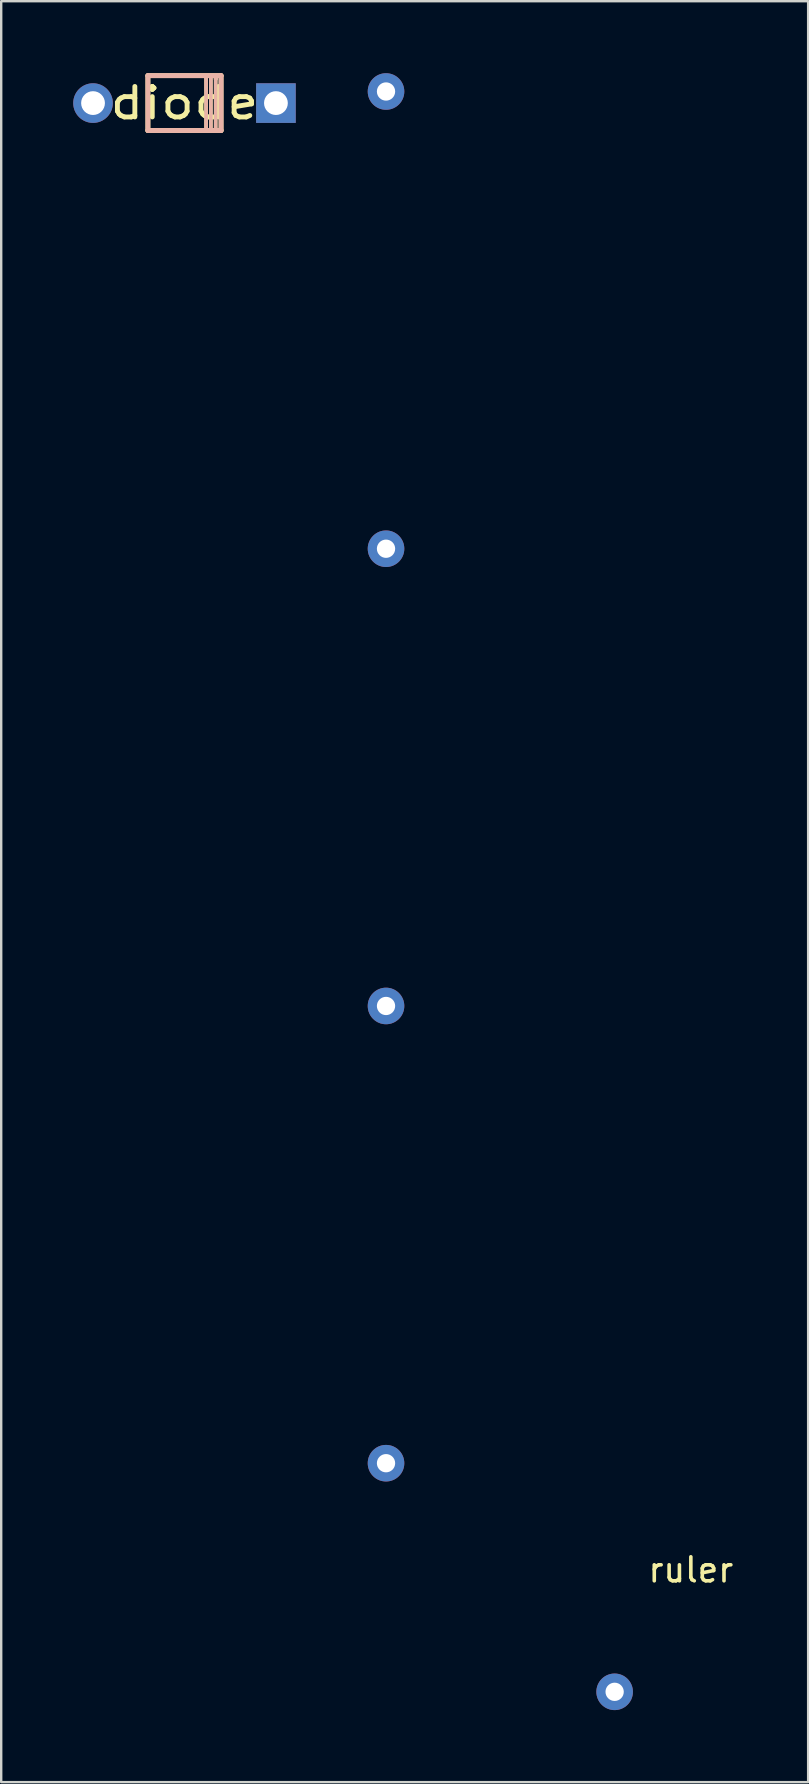
<source format=kicad_pcb>
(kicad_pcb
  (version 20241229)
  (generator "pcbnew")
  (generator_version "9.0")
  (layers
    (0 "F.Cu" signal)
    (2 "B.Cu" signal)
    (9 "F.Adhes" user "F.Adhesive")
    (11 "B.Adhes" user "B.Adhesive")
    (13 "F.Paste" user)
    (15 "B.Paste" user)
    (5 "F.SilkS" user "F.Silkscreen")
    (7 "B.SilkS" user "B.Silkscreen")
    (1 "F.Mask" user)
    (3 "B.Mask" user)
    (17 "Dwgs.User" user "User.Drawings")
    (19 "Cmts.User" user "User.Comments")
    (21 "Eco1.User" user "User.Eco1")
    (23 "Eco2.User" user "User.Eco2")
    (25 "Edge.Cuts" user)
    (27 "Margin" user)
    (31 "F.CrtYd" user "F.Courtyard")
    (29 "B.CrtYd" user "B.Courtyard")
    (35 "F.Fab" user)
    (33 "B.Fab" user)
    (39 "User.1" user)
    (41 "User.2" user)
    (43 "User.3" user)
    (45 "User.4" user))
  (footprint "ruler"
    (layer "F.Cu")
    (at 22.558 67.437)
    (property "Reference" "ruler" (at 3.175 -5.08 0) (layer "F.SilkS") (effects (font (size 1 1) (thickness 0.15))))
    (attr through_hole)
    (pad "1" thru_hole circle (at 0 0) (size 1.524 1.524) (drill 0.762) (layers "*.Cu" "*.Mask"))
    (pad "2" thru_hole circle (at -9.525 -66.675) (size 1.524 1.524) (drill 0.762) (layers "*.Cu" "*.Mask"))
    (pad "2" thru_hole circle (at -9.525 -47.625) (size 1.524 1.524) (drill 0.762) (layers "*.Cu" "*.Mask"))
    (pad "2" thru_hole circle (at -9.525 -28.575) (size 1.524 1.524) (drill 0.762) (layers "*.Cu" "*.Mask"))
    (pad "2" thru_hole circle (at -9.525 -9.525) (size 1.524 1.524) (drill 0.762) (layers "*.Cu" "*.Mask")))
  (footprint "diode"
    (layer "F.Cu")
    (at 4.636 1.245)
    (property "Reference" "diode" (at 0 0 0) (layer "F.SilkS") (effects (font (size 1.27 1.524) (thickness 0.203))))
    (attr through_hole)
    (fp_line (start -1.524 -1.143) (end 1.524 -1.143) (stroke (width 0.203) (type solid)) (layer "F.SilkS"))
    (fp_line (start -1.524 1.143) (end -1.524 -1.143) (stroke (width 0.203) (type solid)) (layer "F.SilkS"))
    (fp_line (start 0.9 1.1) (end 0.9 -1.1) (stroke (width 0.15) (type solid)) (layer "F.SilkS"))
    (fp_line (start 1.1 -1.1) (end 1.1 1.1) (stroke (width 0.15) (type solid)) (layer "F.SilkS"))
    (fp_line (start 1.3 -1.1) (end 1.3 -1) (stroke (width 0.15) (type solid)) (layer "F.SilkS"))
    (fp_line (start 1.3 -1) (end 1.3 -1.1) (stroke (width 0.15) (type solid)) (layer "F.SilkS"))
    (fp_line (start 1.3 1.1) (end 1.3 -1) (stroke (width 0.15) (type solid)) (layer "F.SilkS"))
    (fp_line (start 1.524 -1.143) (end 1.524 1.143) (stroke (width 0.203) (type solid)) (layer "F.SilkS"))
    (fp_line (start 1.524 1.143) (end -1.524 1.143) (stroke (width 0.203) (type solid)) (layer "F.SilkS"))
    (fp_line (start -1.524 -1.143) (end 1.524 -1.143) (stroke (width 0.203) (type solid)) (layer "B.SilkS"))
    (fp_line (start -1.524 1.143) (end -1.524 -1.143) (stroke (width 0.203) (type solid)) (layer "B.SilkS"))
    (fp_line (start 0.9 1.1) (end 0.9 -1.1) (stroke (width 0.15) (type solid)) (layer "B.SilkS"))
    (fp_line (start 1.1 -1.1) (end 1.1 1.1) (stroke (width 0.15) (type solid)) (layer "B.SilkS"))
    (fp_line (start 1.3 -1.1) (end 1.3 -1) (stroke (width 0.15) (type solid)) (layer "B.SilkS"))
    (fp_line (start 1.3 -1) (end 1.3 -1.1) (stroke (width 0.15) (type solid)) (layer "B.SilkS"))
    (fp_line (start 1.3 1.1) (end 1.3 -1) (stroke (width 0.15) (type solid)) (layer "B.SilkS"))
    (fp_line (start 1.524 -1.143) (end 1.524 1.143) (stroke (width 0.203) (type solid)) (layer "B.SilkS"))
    (fp_line (start 1.524 1.143) (end -1.524 1.143) (stroke (width 0.203) (type solid)) (layer "B.SilkS"))
    (pad "1" thru_hole rect (at 3.81 0) (size 1.651 1.651) (drill 0.991) (layers "*.Cu" "*.Mask"))
    (pad "2" thru_hole circle (at -3.81 0) (size 1.651 1.651) (drill 0.991) (layers "*.Cu" "*.Mask")))
  (gr_rect
    (start -3 -3)
    (end 30.62 71.199)
    (stroke (width 0.1) (type default))
    (fill no)
    (layer "Edge.Cuts")))
</source>
